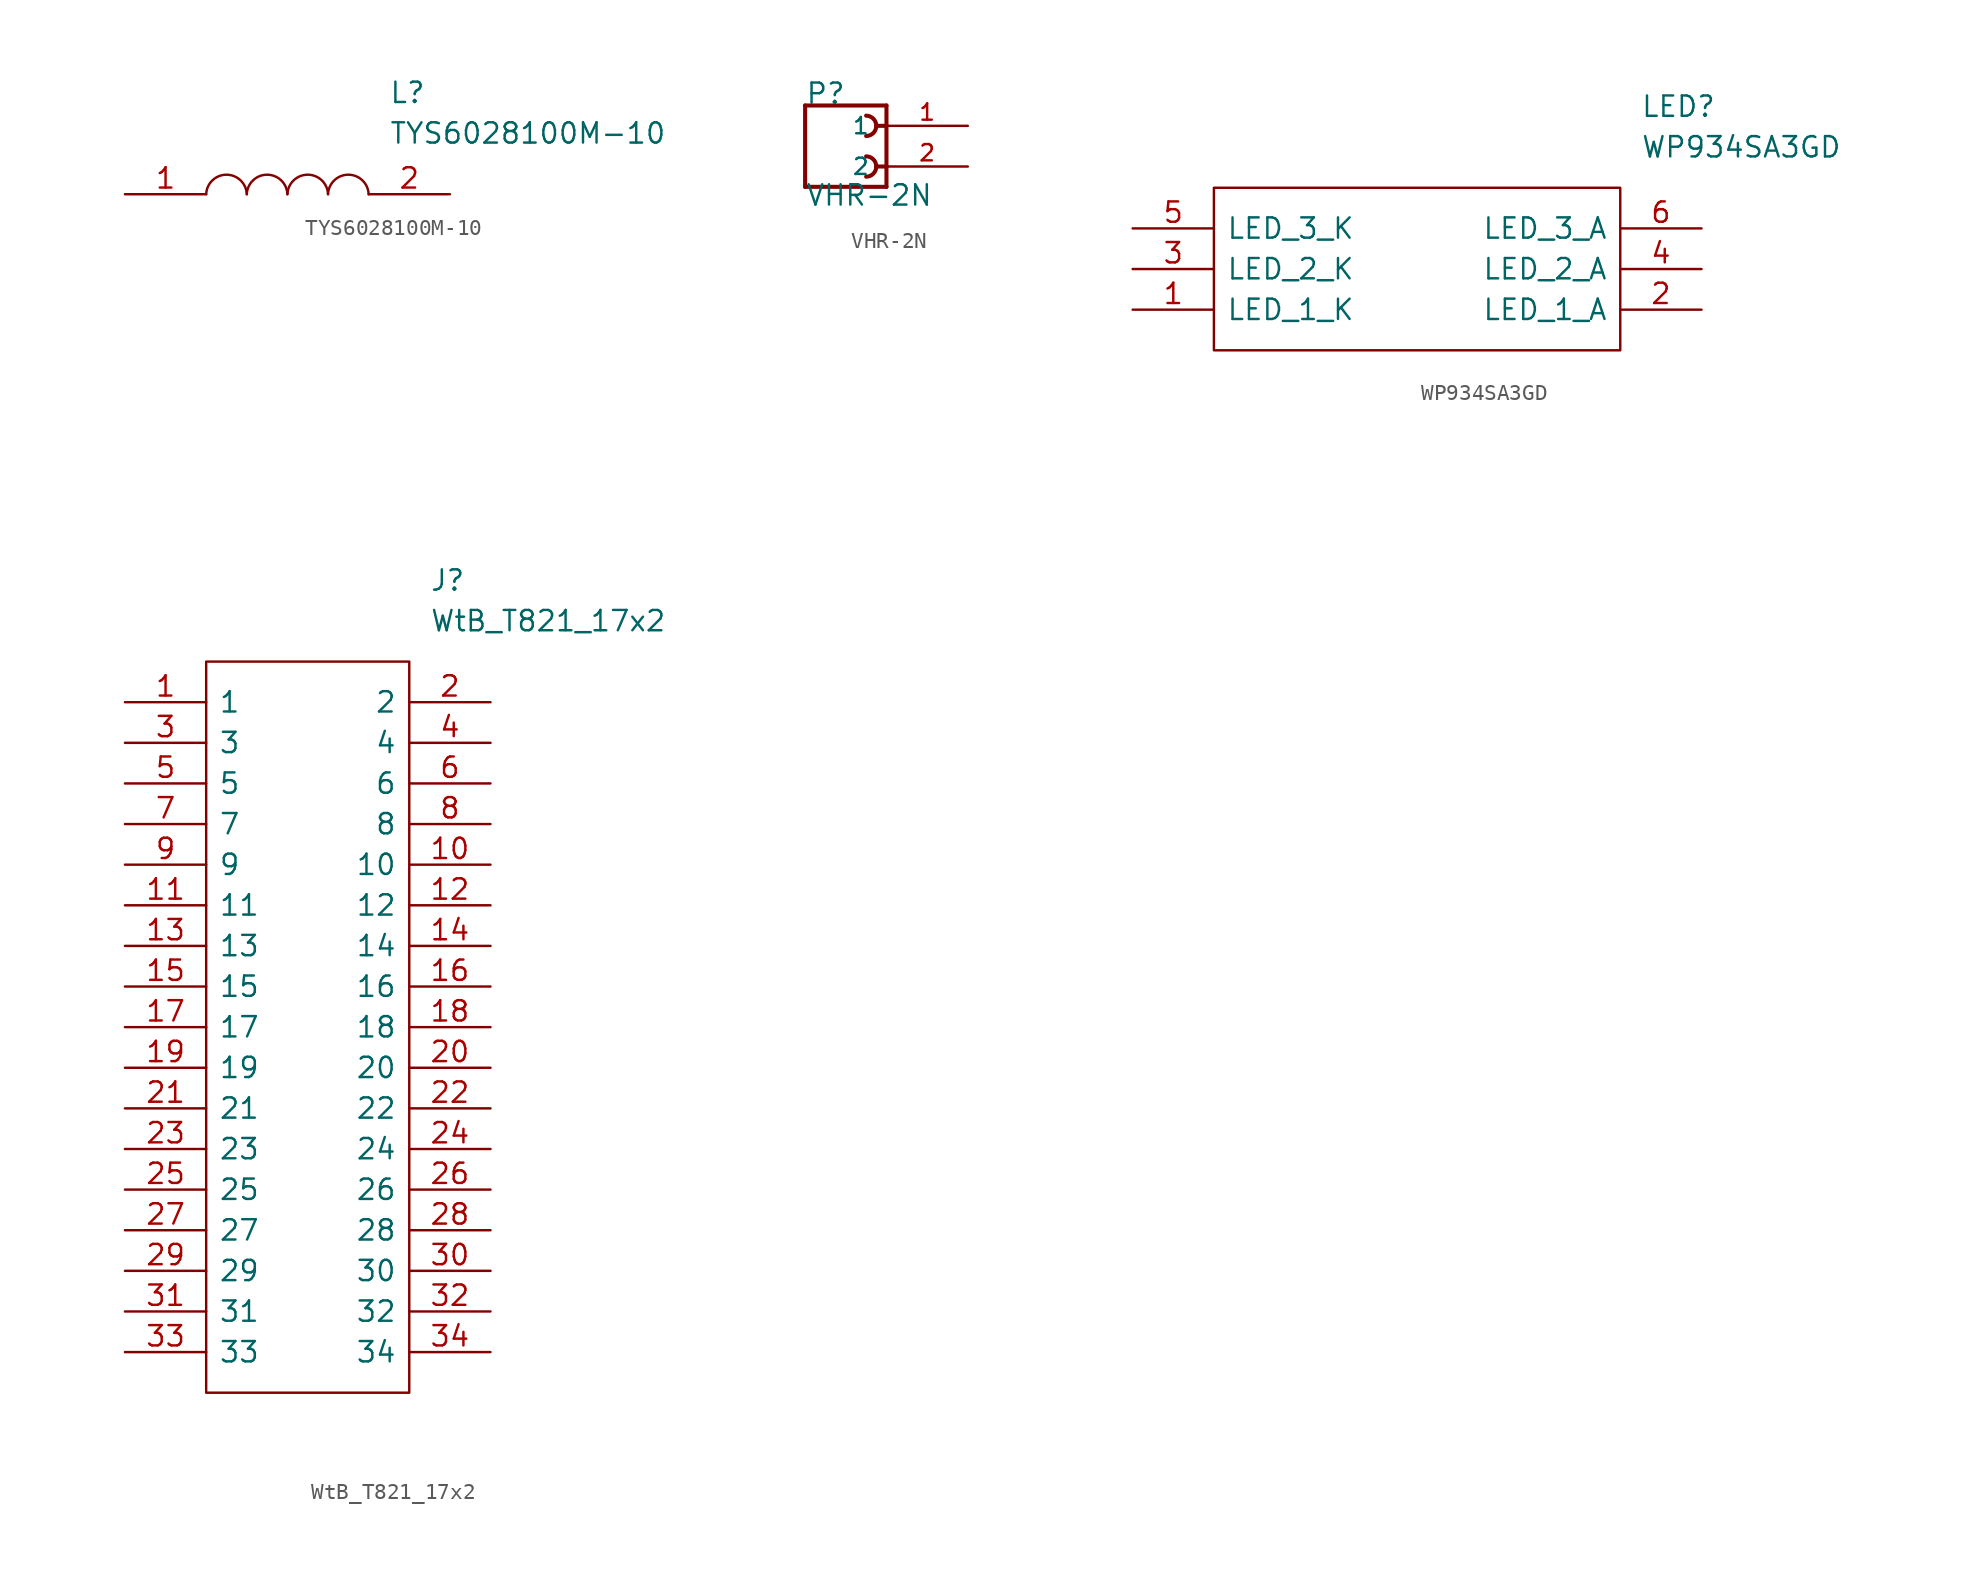
<source format=kicad_sym>
(kicad_symbol_lib
  (version 20220914)
  (generator kicad_symbol_editor)
  (symbol "TYS6028100M-10"
    (pin_names
      (offset 0.762))
    (property "Reference" "L"
      (at 16.51 6.35 0)
      (effects (font (size 1.27 1.27)) (justify left)))
    (property "Value" "TYS6028100M-10"
      (at 16.51 3.81 0)
      (effects (font (size 1.27 1.27)) (justify left)))
    (symbol "TYS6028100M-10_0_0"
      (pin passive line (at 0 0 0) (length 5.08) (name "~" (effects (font (size 1.27 1.27)))) (number "1" (effects (font (size 1.27 1.27)))))
      (pin passive line (at 20.32 0 180) (length 5.08) (name "~" (effects (font (size 1.27 1.27)))) (number "2" (effects (font (size 1.27 1.27))))))
    (symbol "TYS6028100M-10_0_1"
      (arc (start 7.62 0) (mid 6.35 1.2202) (end 5.08 0) (stroke (width 0.1524) (type default)) (fill (type none)))
      (arc (start 10.16 0) (mid 8.89 1.2202) (end 7.62 0) (stroke (width 0.1524) (type default)) (fill (type none)))
      (arc (start 12.7 0) (mid 11.43 1.2202) (end 10.16 0) (stroke (width 0.1524) (type default)) (fill (type none)))
      (arc (start 15.24 0) (mid 13.97 1.2202) (end 12.7 0) (stroke (width 0.1524) (type default)) (fill (type none)))))
  (symbol "VHR-2N"
    (pin_names
      (offset 1.016))
    (property "Reference" "P"
      (at -2.54 2.54 0)
      (effects (font (size 1.27 1.27)) (justify left bottom)))
    (property "Value" "VHR-2N"
      (at -2.54 -3.81 0)
      (effects (font (size 1.27 1.27)) (justify left bottom)))
    (property "ki_locked" ""
      (at 0 0 0)
      (effects (font (size 1.27 1.27))))
    (symbol "VHR-2N_0_0"
      (polyline (pts (xy -2.54 -2.54) (xy 2.54 -2.54)) (stroke (width 0.254) (type default)) (fill (type none)))
      (polyline (pts (xy -2.54 2.54) (xy -2.54 -2.54)) (stroke (width 0.254) (type default)) (fill (type none)))
      (polyline (pts (xy 1.905 -1.27) (xy 2.54 -1.27)) (stroke (width 0.254) (type default)) (fill (type none)))
      (polyline (pts (xy 1.905 1.27) (xy 2.54 1.27)) (stroke (width 0.254) (type default)) (fill (type none)))
      (polyline (pts (xy 2.54 -2.54) (xy 2.54 -1.27)) (stroke (width 0.254) (type default)) (fill (type none)))
      (polyline (pts (xy 2.54 -1.27) (xy 2.54 1.27)) (stroke (width 0.254) (type default)) (fill (type none)))
      (polyline (pts (xy 2.54 1.27) (xy 2.54 2.54)) (stroke (width 0.254) (type default)) (fill (type none)))
      (polyline (pts (xy 2.54 2.54) (xy -2.54 2.54)) (stroke (width 0.254) (type default)) (fill (type none)))
      (arc (start 1.27 -1.905) (mid 1.719 -1.719) (end 1.905 -1.27) (stroke (width 0.254) (type default)) (fill (type none)))
      (arc (start 1.27 0.635) (mid 1.719 0.821) (end 1.905 1.27) (stroke (width 0.254) (type default)) (fill (type none)))
      (arc (start 1.905 -1.27) (mid 1.719 -0.821) (end 1.27 -0.635) (stroke (width 0.254) (type default)) (fill (type none)))
      (arc (start 1.905 1.27) (mid 1.719 1.719) (end 1.27 1.905) (stroke (width 0.254) (type default)) (fill (type none)))
      (pin passive line (at 7.62 1.27 180) (length 5.08) (name "1" (effects (font (size 1.016 1.016)))) (number "1" (effects (font (size 1.016 1.016)))))
      (pin passive line (at 7.62 -1.27 180) (length 5.08) (name "2" (effects (font (size 1.016 1.016)))) (number "2" (effects (font (size 1.016 1.016)))))))
  (symbol "WP934SA3GD"
    (pin_names
      (offset 0.762))
    (property "Reference" "LED"
      (at 31.75 7.62 0)
      (effects (font (size 1.27 1.27)) (justify left)))
    (property "Value" "WP934SA3GD"
      (at 31.75 5.08 0)
      (effects (font (size 1.27 1.27)) (justify left)))
    (symbol "WP934SA3GD_0_0"
      (pin unspecified line (at 0 -5.08 0) (length 5.08) (name "LED_1_K" (effects (font (size 1.27 1.27)))) (number "1" (effects (font (size 1.27 1.27)))))
      (pin unspecified line (at 35.56 -5.08 180) (length 5.08) (name "LED_1_A" (effects (font (size 1.27 1.27)))) (number "2" (effects (font (size 1.27 1.27)))))
      (pin unspecified line (at 0 -2.54 0) (length 5.08) (name "LED_2_K" (effects (font (size 1.27 1.27)))) (number "3" (effects (font (size 1.27 1.27)))))
      (pin unspecified line (at 35.56 -2.54 180) (length 5.08) (name "LED_2_A" (effects (font (size 1.27 1.27)))) (number "4" (effects (font (size 1.27 1.27)))))
      (pin unspecified line (at 0 0 0) (length 5.08) (name "LED_3_K" (effects (font (size 1.27 1.27)))) (number "5" (effects (font (size 1.27 1.27)))))
      (pin unspecified line (at 35.56 0 180) (length 5.08) (name "LED_3_A" (effects (font (size 1.27 1.27)))) (number "6" (effects (font (size 1.27 1.27))))))
    (symbol "WP934SA3GD_0_1"
      (polyline (pts (xy 5.08 2.54) (xy 30.48 2.54) (xy 30.48 -7.62) (xy 5.08 -7.62) (xy 5.08 2.54)) (stroke (width 0.152) (type default)) (fill (type none)))))
  (symbol "WtB_T821_17x2"
    (pin_names
      (offset 0.762))
    (property "Reference" "J"
      (at 19.05 7.62 0)
      (effects (font (size 1.27 1.27)) (justify left)))
    (property "Value" "WtB_T821_17x2"
      (at 19.05 5.08 0)
      (effects (font (size 1.27 1.27)) (justify left)))
    (symbol "WtB_T821_17x2_0_0"
      (pin bidirectional line (at 0 0 0) (length 5.08) (name "1" (effects (font (size 1.27 1.27)))) (number "1" (effects (font (size 1.27 1.27)))))
      (pin bidirectional line (at 22.86 -10.16 180) (length 5.08) (name "10" (effects (font (size 1.27 1.27)))) (number "10" (effects (font (size 1.27 1.27)))))
      (pin bidirectional line (at 0 -12.7 0) (length 5.08) (name "11" (effects (font (size 1.27 1.27)))) (number "11" (effects (font (size 1.27 1.27)))))
      (pin bidirectional line (at 22.86 -12.7 180) (length 5.08) (name "12" (effects (font (size 1.27 1.27)))) (number "12" (effects (font (size 1.27 1.27)))))
      (pin bidirectional line (at 0 -15.24 0) (length 5.08) (name "13" (effects (font (size 1.27 1.27)))) (number "13" (effects (font (size 1.27 1.27)))))
      (pin bidirectional line (at 22.86 -15.24 180) (length 5.08) (name "14" (effects (font (size 1.27 1.27)))) (number "14" (effects (font (size 1.27 1.27)))))
      (pin bidirectional line (at 0 -17.78 0) (length 5.08) (name "15" (effects (font (size 1.27 1.27)))) (number "15" (effects (font (size 1.27 1.27)))))
      (pin bidirectional line (at 22.86 -17.78 180) (length 5.08) (name "16" (effects (font (size 1.27 1.27)))) (number "16" (effects (font (size 1.27 1.27)))))
      (pin bidirectional line (at 0 -20.32 0) (length 5.08) (name "17" (effects (font (size 1.27 1.27)))) (number "17" (effects (font (size 1.27 1.27)))))
      (pin bidirectional line (at 22.86 -20.32 180) (length 5.08) (name "18" (effects (font (size 1.27 1.27)))) (number "18" (effects (font (size 1.27 1.27)))))
      (pin bidirectional line (at 0 -22.86 0) (length 5.08) (name "19" (effects (font (size 1.27 1.27)))) (number "19" (effects (font (size 1.27 1.27)))))
      (pin bidirectional line (at 22.86 0 180) (length 5.08) (name "2" (effects (font (size 1.27 1.27)))) (number "2" (effects (font (size 1.27 1.27)))))
      (pin bidirectional line (at 22.86 -22.86 180) (length 5.08) (name "20" (effects (font (size 1.27 1.27)))) (number "20" (effects (font (size 1.27 1.27)))))
      (pin bidirectional line (at 0 -25.4 0) (length 5.08) (name "21" (effects (font (size 1.27 1.27)))) (number "21" (effects (font (size 1.27 1.27)))))
      (pin bidirectional line (at 22.86 -25.4 180) (length 5.08) (name "22" (effects (font (size 1.27 1.27)))) (number "22" (effects (font (size 1.27 1.27)))))
      (pin bidirectional line (at 0 -27.94 0) (length 5.08) (name "23" (effects (font (size 1.27 1.27)))) (number "23" (effects (font (size 1.27 1.27)))))
      (pin bidirectional line (at 22.86 -27.94 180) (length 5.08) (name "24" (effects (font (size 1.27 1.27)))) (number "24" (effects (font (size 1.27 1.27)))))
      (pin bidirectional line (at 0 -30.48 0) (length 5.08) (name "25" (effects (font (size 1.27 1.27)))) (number "25" (effects (font (size 1.27 1.27)))))
      (pin bidirectional line (at 22.86 -30.48 180) (length 5.08) (name "26" (effects (font (size 1.27 1.27)))) (number "26" (effects (font (size 1.27 1.27)))))
      (pin bidirectional line (at 0 -33.02 0) (length 5.08) (name "27" (effects (font (size 1.27 1.27)))) (number "27" (effects (font (size 1.27 1.27)))))
      (pin bidirectional line (at 22.86 -33.02 180) (length 5.08) (name "28" (effects (font (size 1.27 1.27)))) (number "28" (effects (font (size 1.27 1.27)))))
      (pin bidirectional line (at 0 -35.56 0) (length 5.08) (name "29" (effects (font (size 1.27 1.27)))) (number "29" (effects (font (size 1.27 1.27)))))
      (pin bidirectional line (at 0 -2.54 0) (length 5.08) (name "3" (effects (font (size 1.27 1.27)))) (number "3" (effects (font (size 1.27 1.27)))))
      (pin bidirectional line (at 22.86 -35.56 180) (length 5.08) (name "30" (effects (font (size 1.27 1.27)))) (number "30" (effects (font (size 1.27 1.27)))))
      (pin bidirectional line (at 0 -38.1 0) (length 5.08) (name "31" (effects (font (size 1.27 1.27)))) (number "31" (effects (font (size 1.27 1.27)))))
      (pin bidirectional line (at 22.86 -38.1 180) (length 5.08) (name "32" (effects (font (size 1.27 1.27)))) (number "32" (effects (font (size 1.27 1.27)))))
      (pin bidirectional line (at 0 -40.64 0) (length 5.08) (name "33" (effects (font (size 1.27 1.27)))) (number "33" (effects (font (size 1.27 1.27)))))
      (pin bidirectional line (at 22.86 -40.64 180) (length 5.08) (name "34" (effects (font (size 1.27 1.27)))) (number "34" (effects (font (size 1.27 1.27)))))
      (pin bidirectional line (at 22.86 -2.54 180) (length 5.08) (name "4" (effects (font (size 1.27 1.27)))) (number "4" (effects (font (size 1.27 1.27)))))
      (pin bidirectional line (at 0 -5.08 0) (length 5.08) (name "5" (effects (font (size 1.27 1.27)))) (number "5" (effects (font (size 1.27 1.27)))))
      (pin bidirectional line (at 22.86 -5.08 180) (length 5.08) (name "6" (effects (font (size 1.27 1.27)))) (number "6" (effects (font (size 1.27 1.27)))))
      (pin bidirectional line (at 0 -7.62 0) (length 5.08) (name "7" (effects (font (size 1.27 1.27)))) (number "7" (effects (font (size 1.27 1.27)))))
      (pin bidirectional line (at 22.86 -7.62 180) (length 5.08) (name "8" (effects (font (size 1.27 1.27)))) (number "8" (effects (font (size 1.27 1.27)))))
      (pin bidirectional line (at 0 -10.16 0) (length 5.08) (name "9" (effects (font (size 1.27 1.27)))) (number "9" (effects (font (size 1.27 1.27))))))
    (symbol "WtB_T821_17x2_0_1"
      (polyline (pts (xy 5.08 2.54) (xy 17.78 2.54) (xy 17.78 -43.18) (xy 5.08 -43.18) (xy 5.08 2.54)) (stroke (width 0.152) (type default)) (fill (type none))))))
</source>
